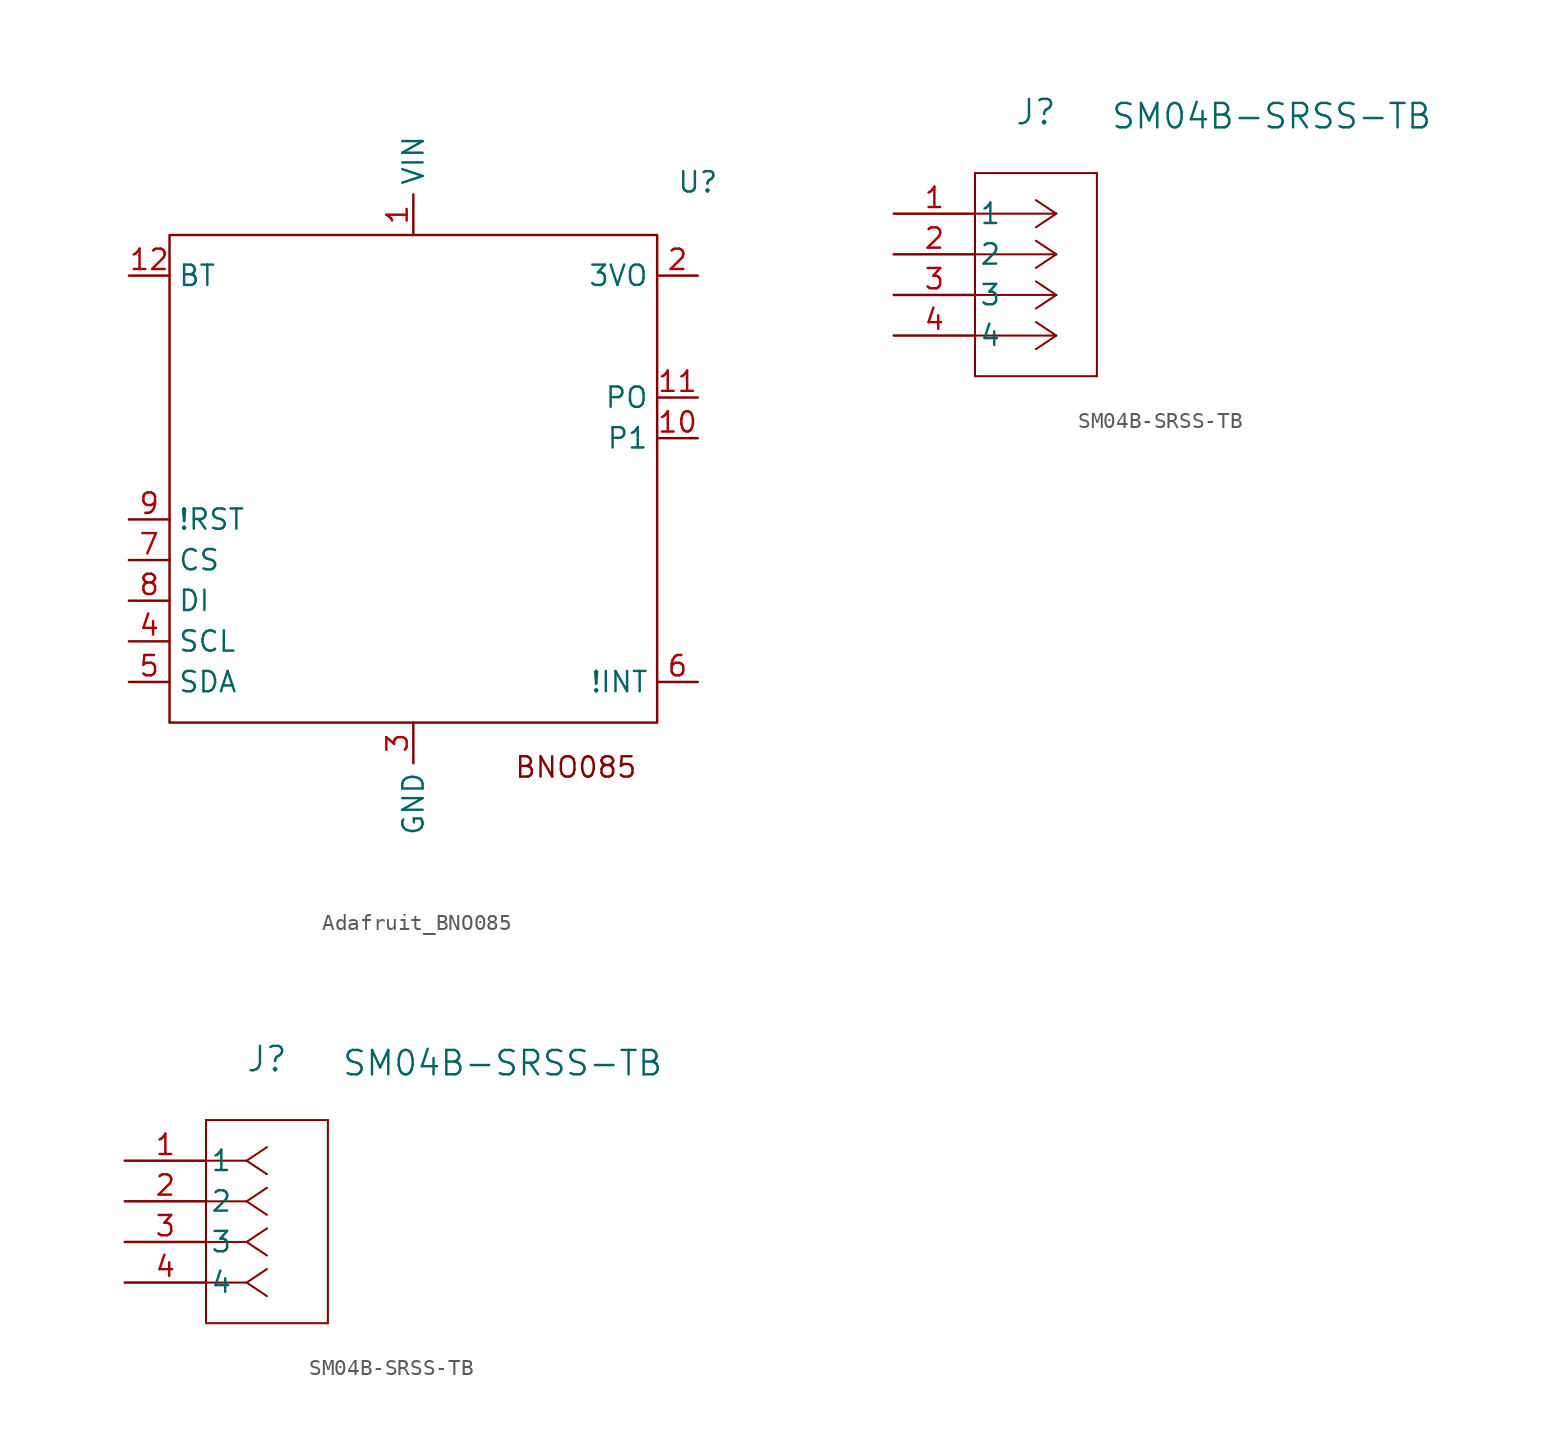
<source format=kicad_sym>
(kicad_symbol_lib
  (version 20241209)
  (generator "kicad_symbol_editor")
  (generator_version "9.0")
  (symbol "Adafruit_BNO085"
    (property "Reference" "U"
      (at 17.78 18.542 0)
      (effects (font (size 1.27 1.27))))
    (property "Value" ""
      (at 0 0 0)
      (effects (font (size 1.27 1.27))))
    (symbol "Adafruit_BNO085_0_1"
      (rectangle (start -15.24 15.24) (end 15.24 -15.24) (stroke (width 0) (type default)) (fill (type none))))
    (symbol "Adafruit_BNO085_1_1"
      (text "BNO085" (at 10.16 -18.034 0) (effects (font (size 1.27 1.27))))
      (pin input line (at -17.78 12.7 0) (length 2.54) (name "BT" (effects (font (size 1.27 1.27)))) (number "12" (effects (font (size 1.27 1.27)))))
      (pin input line (at -17.78 -2.54 0) (length 2.54) (name "!RST" (effects (font (size 1.27 1.27)))) (number "9" (effects (font (size 1.27 1.27)))))
      (pin input line (at -17.78 -5.08 0) (length 2.54) (name "CS" (effects (font (size 1.27 1.27)))) (number "7" (effects (font (size 1.27 1.27)))))
      (pin input line (at -17.78 -7.62 0) (length 2.54) (name "DI" (effects (font (size 1.27 1.27)))) (number "8" (effects (font (size 1.27 1.27)))))
      (pin input line (at -17.78 -10.16 0) (length 2.54) (name "SCL" (effects (font (size 1.27 1.27)))) (number "4" (effects (font (size 1.27 1.27)))))
      (pin input line (at -17.78 -12.7 0) (length 2.54) (name "SDA" (effects (font (size 1.27 1.27)))) (number "5" (effects (font (size 1.27 1.27)))))
      (pin input line (at 0 15.24 90) (length 2.54) (name "VIN" (effects (font (size 1.27 1.27)))) (number "1" (effects (font (size 1.27 1.27)))))
      (pin input line (at 0 -15.24 270) (length 2.54) (name "GND" (effects (font (size 1.27 1.27)))) (number "3" (effects (font (size 1.27 1.27)))))
      (pin output line (at 17.78 12.7 180) (length 2.54) (name "3VO" (effects (font (size 1.27 1.27)))) (number "2" (effects (font (size 1.27 1.27)))))
      (pin output line (at 17.78 5.08 180) (length 2.54) (name "PO" (effects (font (size 1.27 1.27)))) (number "11" (effects (font (size 1.27 1.27)))))
      (pin output line (at 17.78 2.54 180) (length 2.54) (name "P1" (effects (font (size 1.27 1.27)))) (number "10" (effects (font (size 1.27 1.27)))))
      (pin output line (at 17.78 -12.7 180) (length 2.54) (name "!INT" (effects (font (size 1.27 1.27)))) (number "6" (effects (font (size 1.27 1.27)))))))
  (symbol "SM04B-SRSS-TB"
    (pin_names
      (offset 0.254))
    (property "Reference" "J"
      (at 8.89 6.35 0)
      (effects (font (size 1.524 1.524))))
    (property "Value" "SM04B-SRSS-TB"
      (at 23.622 6.096 0)
      (effects (font (size 1.524 1.524))))
    (property "ki_locked" ""
      (at 0 0 0)
      (effects (font (size 1.27 1.27))))
    (symbol "SM04B-SRSS-TB_1_1"
      (polyline (pts (xy 5.08 2.54) (xy 5.08 -10.16)) (stroke (width 0.127) (type default)) (fill (type none)))
      (polyline (pts (xy 5.08 -10.16) (xy 12.7 -10.16)) (stroke (width 0.127) (type default)) (fill (type none)))
      (polyline (pts (xy 10.16 0) (xy 5.08 0)) (stroke (width 0.127) (type default)) (fill (type none)))
      (polyline (pts (xy 10.16 0) (xy 8.89 0.847)) (stroke (width 0.127) (type default)) (fill (type none)))
      (polyline (pts (xy 10.16 0) (xy 8.89 -0.847)) (stroke (width 0.127) (type default)) (fill (type none)))
      (polyline (pts (xy 10.16 -2.54) (xy 5.08 -2.54)) (stroke (width 0.127) (type default)) (fill (type none)))
      (polyline (pts (xy 10.16 -2.54) (xy 8.89 -1.693)) (stroke (width 0.127) (type default)) (fill (type none)))
      (polyline (pts (xy 10.16 -2.54) (xy 8.89 -3.387)) (stroke (width 0.127) (type default)) (fill (type none)))
      (polyline (pts (xy 10.16 -5.08) (xy 5.08 -5.08)) (stroke (width 0.127) (type default)) (fill (type none)))
      (polyline (pts (xy 10.16 -5.08) (xy 8.89 -4.233)) (stroke (width 0.127) (type default)) (fill (type none)))
      (polyline (pts (xy 10.16 -5.08) (xy 8.89 -5.927)) (stroke (width 0.127) (type default)) (fill (type none)))
      (polyline (pts (xy 10.16 -7.62) (xy 5.08 -7.62)) (stroke (width 0.127) (type default)) (fill (type none)))
      (polyline (pts (xy 10.16 -7.62) (xy 8.89 -6.773)) (stroke (width 0.127) (type default)) (fill (type none)))
      (polyline (pts (xy 10.16 -7.62) (xy 8.89 -8.467)) (stroke (width 0.127) (type default)) (fill (type none)))
      (polyline (pts (xy 12.7 2.54) (xy 5.08 2.54)) (stroke (width 0.127) (type default)) (fill (type none)))
      (polyline (pts (xy 12.7 -10.16) (xy 12.7 2.54)) (stroke (width 0.127) (type default)) (fill (type none)))
      (pin unspecified line (at 0 0 0) (length 5.08) (name "1" (effects (font (size 1.27 1.27)))) (number "1" (effects (font (size 1.27 1.27)))))
      (pin unspecified line (at 0 -2.54 0) (length 5.08) (name "2" (effects (font (size 1.27 1.27)))) (number "2" (effects (font (size 1.27 1.27)))))
      (pin unspecified line (at 0 -5.08 0) (length 5.08) (name "3" (effects (font (size 1.27 1.27)))) (number "3" (effects (font (size 1.27 1.27)))))
      (pin unspecified line (at 0 -7.62 0) (length 5.08) (name "4" (effects (font (size 1.27 1.27)))) (number "4" (effects (font (size 1.27 1.27))))))
    (symbol "SM04B-SRSS-TB_1_2"
      (polyline (pts (xy 5.08 2.54) (xy 5.08 -10.16)) (stroke (width 0.127) (type default)) (fill (type none)))
      (polyline (pts (xy 5.08 -10.16) (xy 12.7 -10.16)) (stroke (width 0.127) (type default)) (fill (type none)))
      (polyline (pts (xy 7.62 0) (xy 5.08 0)) (stroke (width 0.127) (type default)) (fill (type none)))
      (polyline (pts (xy 7.62 0) (xy 8.89 0.847)) (stroke (width 0.127) (type default)) (fill (type none)))
      (polyline (pts (xy 7.62 0) (xy 8.89 -0.847)) (stroke (width 0.127) (type default)) (fill (type none)))
      (polyline (pts (xy 7.62 -2.54) (xy 5.08 -2.54)) (stroke (width 0.127) (type default)) (fill (type none)))
      (polyline (pts (xy 7.62 -2.54) (xy 8.89 -1.693)) (stroke (width 0.127) (type default)) (fill (type none)))
      (polyline (pts (xy 7.62 -2.54) (xy 8.89 -3.387)) (stroke (width 0.127) (type default)) (fill (type none)))
      (polyline (pts (xy 7.62 -5.08) (xy 5.08 -5.08)) (stroke (width 0.127) (type default)) (fill (type none)))
      (polyline (pts (xy 7.62 -5.08) (xy 8.89 -4.233)) (stroke (width 0.127) (type default)) (fill (type none)))
      (polyline (pts (xy 7.62 -5.08) (xy 8.89 -5.927)) (stroke (width 0.127) (type default)) (fill (type none)))
      (polyline (pts (xy 7.62 -7.62) (xy 5.08 -7.62)) (stroke (width 0.127) (type default)) (fill (type none)))
      (polyline (pts (xy 7.62 -7.62) (xy 8.89 -6.773)) (stroke (width 0.127) (type default)) (fill (type none)))
      (polyline (pts (xy 7.62 -7.62) (xy 8.89 -8.467)) (stroke (width 0.127) (type default)) (fill (type none)))
      (polyline (pts (xy 12.7 2.54) (xy 5.08 2.54)) (stroke (width 0.127) (type default)) (fill (type none)))
      (polyline (pts (xy 12.7 -10.16) (xy 12.7 2.54)) (stroke (width 0.127) (type default)) (fill (type none)))
      (pin unspecified line (at 0 0 0) (length 5.08) (name "1" (effects (font (size 1.27 1.27)))) (number "1" (effects (font (size 1.27 1.27)))))
      (pin unspecified line (at 0 -2.54 0) (length 5.08) (name "2" (effects (font (size 1.27 1.27)))) (number "2" (effects (font (size 1.27 1.27)))))
      (pin unspecified line (at 0 -5.08 0) (length 5.08) (name "3" (effects (font (size 1.27 1.27)))) (number "3" (effects (font (size 1.27 1.27)))))
      (pin unspecified line (at 0 -7.62 0) (length 5.08) (name "4" (effects (font (size 1.27 1.27)))) (number "4" (effects (font (size 1.27 1.27))))))))
</source>
